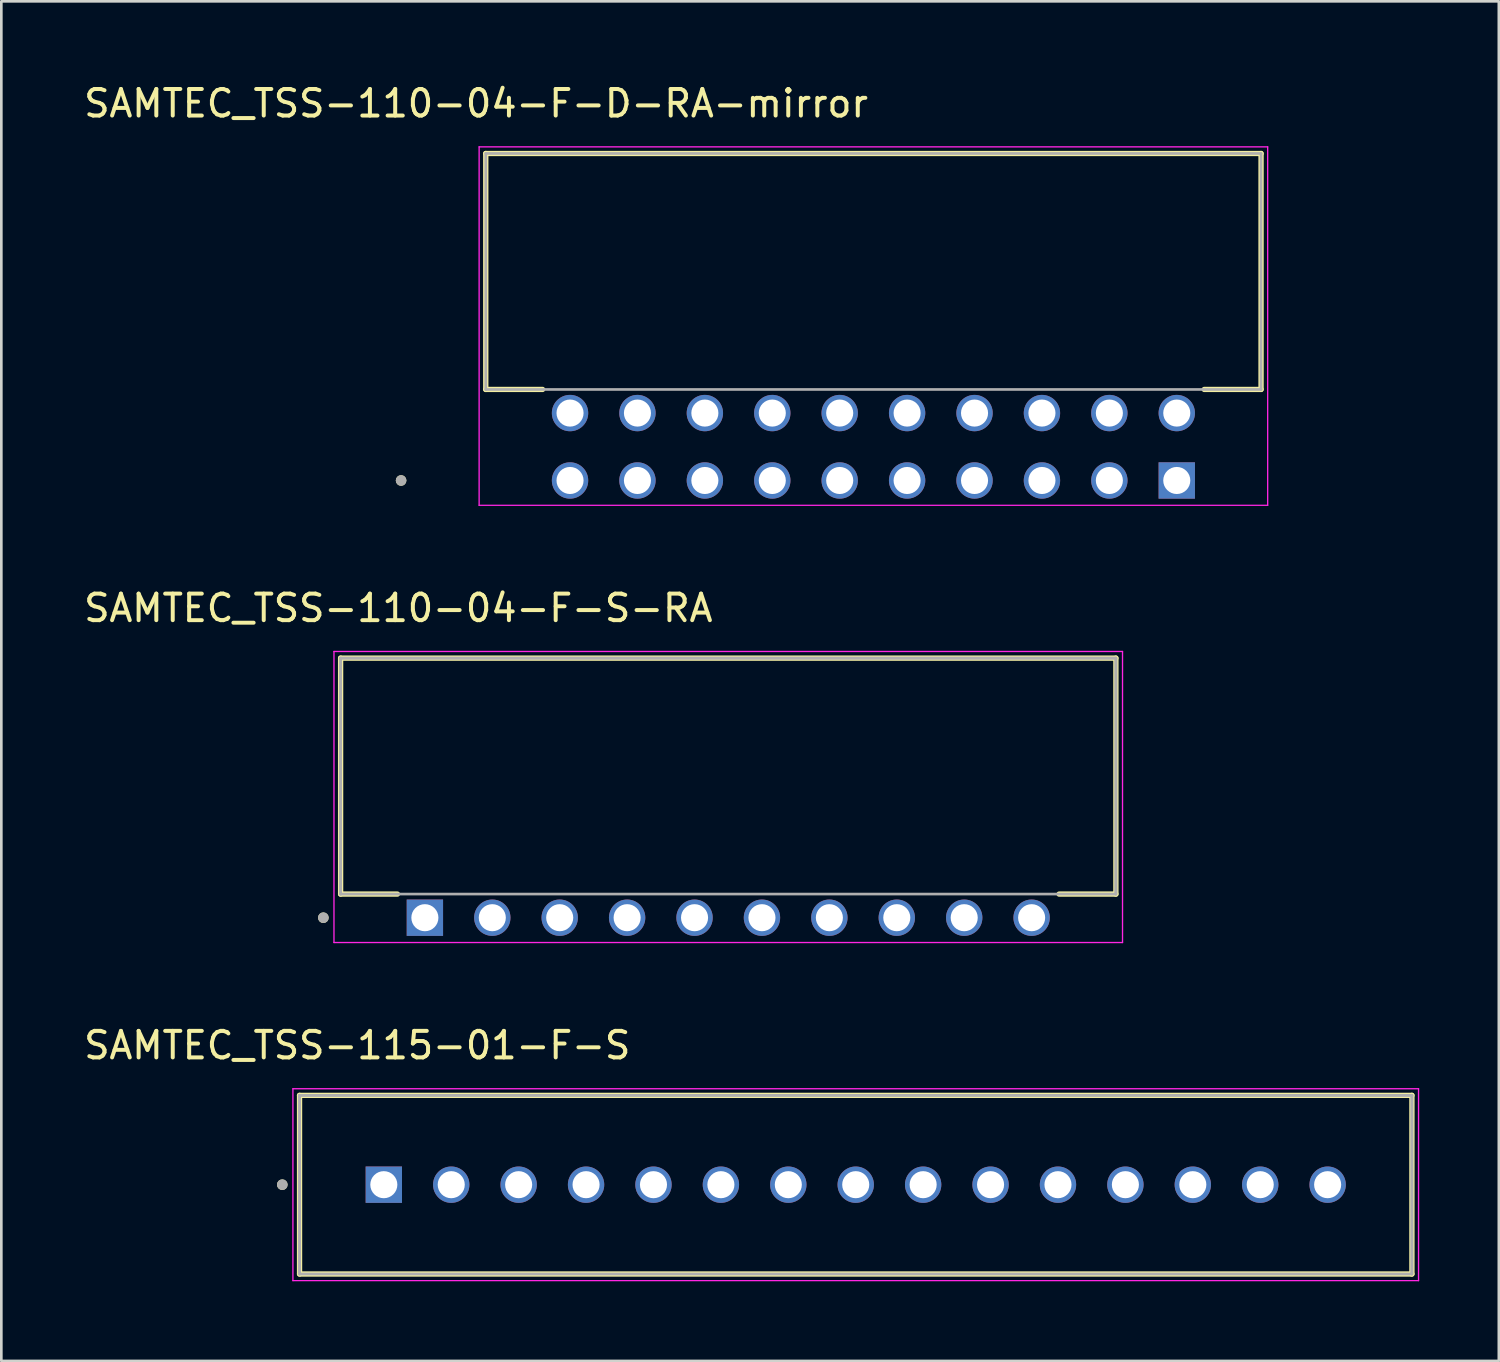
<source format=kicad_pcb>
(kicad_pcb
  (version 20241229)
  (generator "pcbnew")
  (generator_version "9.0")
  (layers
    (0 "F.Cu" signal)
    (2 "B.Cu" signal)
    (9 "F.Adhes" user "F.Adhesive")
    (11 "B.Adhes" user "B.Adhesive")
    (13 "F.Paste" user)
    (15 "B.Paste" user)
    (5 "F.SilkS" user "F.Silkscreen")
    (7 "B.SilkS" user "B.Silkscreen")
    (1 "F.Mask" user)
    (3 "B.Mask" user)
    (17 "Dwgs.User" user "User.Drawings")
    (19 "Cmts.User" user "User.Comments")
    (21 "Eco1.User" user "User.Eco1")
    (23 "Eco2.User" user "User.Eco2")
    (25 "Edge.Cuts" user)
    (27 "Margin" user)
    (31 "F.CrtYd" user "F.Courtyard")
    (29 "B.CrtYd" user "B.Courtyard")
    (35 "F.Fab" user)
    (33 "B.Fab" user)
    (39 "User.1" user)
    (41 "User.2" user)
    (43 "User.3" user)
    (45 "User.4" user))
  (footprint "SAMTEC_TSS-115-01-F-S"
    (layer "F.Cu")
    (at 11.411 41.585)
    (property "Reference" "SAMTEC_TSS-115-01-F-S" (at -1 -5.25 0) (layer "F.SilkS") (effects (font (size 1 1) (thickness 0.15))))
    (attr through_hole)
    (fp_line (start -3.175 3.365) (end -3.175 -3.365) (stroke (width 0.2) (type solid)) (layer "F.SilkS"))
    (fp_line (start 38.735 -3.365) (end -3.175 -3.365) (stroke (width 0.2) (type solid)) (layer "F.SilkS"))
    (fp_line (start 38.735 -3.365) (end 38.735 3.365) (stroke (width 0.2) (type solid)) (layer "F.SilkS"))
    (fp_line (start 38.735 3.365) (end -3.175 3.365) (stroke (width 0.2) (type solid)) (layer "F.SilkS"))
    (fp_circle (center -3.825 0) (end -3.725 0) (stroke (width 0.2) (type solid)) (fill no) (layer "F.SilkS"))
    (fp_line (start -3.425 -3.615) (end 38.985 -3.615) (stroke (width 0.05) (type solid)) (layer "F.CrtYd"))
    (fp_line (start -3.425 3.615) (end -3.425 -3.615) (stroke (width 0.05) (type solid)) (layer "F.CrtYd"))
    (fp_line (start 38.985 -3.615) (end 38.985 3.615) (stroke (width 0.05) (type solid)) (layer "F.CrtYd"))
    (fp_line (start 38.985 3.615) (end -3.425 3.615) (stroke (width 0.05) (type solid)) (layer "F.CrtYd"))
    (fp_line (start -3.175 -3.365) (end 38.735 -3.365) (stroke (width 0.1) (type solid)) (layer "F.Fab"))
    (fp_line (start -3.175 -3.365) (end 38.735 -3.365) (stroke (width 0.1) (type solid)) (layer "F.Fab"))
    (fp_line (start -3.175 3.365) (end -3.175 -3.365) (stroke (width 0.1) (type solid)) (layer "F.Fab"))
    (fp_line (start -3.175 3.365) (end -3.175 -3.365) (stroke (width 0.1) (type solid)) (layer "F.Fab"))
    (fp_line (start 38.735 -3.365) (end 38.735 3.365) (stroke (width 0.1) (type solid)) (layer "F.Fab"))
    (fp_line (start 38.735 -3.365) (end 38.735 3.365) (stroke (width 0.1) (type solid)) (layer "F.Fab"))
    (fp_line (start 38.735 3.365) (end -3.175 3.365) (stroke (width 0.1) (type solid)) (layer "F.Fab"))
    (fp_circle (center -3.825 0) (end -3.725 0) (stroke (width 0.2) (type solid)) (fill no) (layer "F.Fab"))
    (pad "01" thru_hole rect (at 0 0) (size 1.37 1.37) (drill 1.02) (layers "*.Cu" "*.Mask"))
    (pad "02" thru_hole circle (at 2.54 0) (size 1.37 1.37) (drill 1.02) (layers "*.Cu" "*.Mask"))
    (pad "03" thru_hole circle (at 5.08 0) (size 1.37 1.37) (drill 1.02) (layers "*.Cu" "*.Mask"))
    (pad "04" thru_hole circle (at 7.62 0) (size 1.37 1.37) (drill 1.02) (layers "*.Cu" "*.Mask"))
    (pad "05" thru_hole circle (at 10.16 0) (size 1.37 1.37) (drill 1.02) (layers "*.Cu" "*.Mask"))
    (pad "06" thru_hole circle (at 12.7 0) (size 1.37 1.37) (drill 1.02) (layers "*.Cu" "*.Mask"))
    (pad "07" thru_hole circle (at 15.24 0) (size 1.37 1.37) (drill 1.02) (layers "*.Cu" "*.Mask"))
    (pad "08" thru_hole circle (at 17.78 0) (size 1.37 1.37) (drill 1.02) (layers "*.Cu" "*.Mask"))
    (pad "09" thru_hole circle (at 20.32 0) (size 1.37 1.37) (drill 1.02) (layers "*.Cu" "*.Mask"))
    (pad "10" thru_hole circle (at 22.86 0) (size 1.37 1.37) (drill 1.02) (layers "*.Cu" "*.Mask"))
    (pad "11" thru_hole circle (at 25.4 0) (size 1.37 1.37) (drill 1.02) (layers "*.Cu" "*.Mask"))
    (pad "12" thru_hole circle (at 27.94 0) (size 1.37 1.37) (drill 1.02) (layers "*.Cu" "*.Mask"))
    (pad "13" thru_hole circle (at 30.48 0) (size 1.37 1.37) (drill 1.02) (layers "*.Cu" "*.Mask"))
    (pad "14" thru_hole circle (at 33.02 0) (size 1.37 1.37) (drill 1.02) (layers "*.Cu" "*.Mask"))
    (pad "15" thru_hole circle (at 35.56 0) (size 1.37 1.37) (drill 1.02) (layers "*.Cu" "*.Mask")))
  (footprint "SAMTEC_TSS-110-04-F-S-RA"
    (layer "F.Cu")
    (at 12.958 31.526)
    (property "Reference" "SAMTEC_TSS-110-04-F-S-RA" (at -1 -11.665 0) (layer "F.SilkS") (effects (font (size 1 1) (thickness 0.15))))
    (attr through_hole)
    (fp_line (start -3.175 -9.78) (end 26.035 -9.78) (stroke (width 0.2) (type solid)) (layer "F.SilkS"))
    (fp_line (start -3.175 -0.89) (end -3.175 -9.78) (stroke (width 0.2) (type solid)) (layer "F.SilkS"))
    (fp_line (start -1.035 -0.89) (end -3.175 -0.89) (stroke (width 0.2) (type solid)) (layer "F.SilkS"))
    (fp_line (start 23.895 -0.89) (end 26.035 -0.89) (stroke (width 0.2) (type solid)) (layer "F.SilkS"))
    (fp_line (start 26.035 -9.78) (end 26.035 -0.89) (stroke (width 0.2) (type solid)) (layer "F.SilkS"))
    (fp_circle (center -3.825 0) (end -3.725 0) (stroke (width 0.2) (type solid)) (fill no) (layer "F.SilkS"))
    (fp_line (start -3.425 -10.03) (end 26.285 -10.03) (stroke (width 0.05) (type solid)) (layer "F.CrtYd"))
    (fp_line (start -3.425 0.935) (end -3.425 -10.03) (stroke (width 0.05) (type solid)) (layer "F.CrtYd"))
    (fp_line (start 26.285 -10.03) (end 26.285 0.935) (stroke (width 0.05) (type solid)) (layer "F.CrtYd"))
    (fp_line (start 26.285 0.935) (end -3.425 0.935) (stroke (width 0.05) (type solid)) (layer "F.CrtYd"))
    (fp_line (start -3.175 -9.78) (end 26.035 -9.78) (stroke (width 0.1) (type solid)) (layer "F.Fab"))
    (fp_line (start -3.175 -9.78) (end 26.035 -9.78) (stroke (width 0.1) (type solid)) (layer "F.Fab"))
    (fp_line (start -3.175 -0.89) (end -3.175 -9.78) (stroke (width 0.1) (type solid)) (layer "F.Fab"))
    (fp_line (start -3.175 -0.89) (end -3.175 -9.78) (stroke (width 0.1) (type solid)) (layer "F.Fab"))
    (fp_line (start 26.035 -9.78) (end 26.035 -0.89) (stroke (width 0.1) (type solid)) (layer "F.Fab"))
    (fp_line (start 26.035 -9.78) (end 26.035 -0.89) (stroke (width 0.1) (type solid)) (layer "F.Fab"))
    (fp_line (start 26.035 -0.89) (end -3.175 -0.89) (stroke (width 0.1) (type solid)) (layer "F.Fab"))
    (fp_circle (center -3.825 0) (end -3.725 0) (stroke (width 0.2) (type solid)) (fill no) (layer "F.Fab"))
    (pad "01" thru_hole rect (at 0 0) (size 1.37 1.37) (drill 1.02) (layers "*.Cu" "*.Mask"))
    (pad "02" thru_hole circle (at 2.54 0) (size 1.37 1.37) (drill 1.02) (layers "*.Cu" "*.Mask"))
    (pad "03" thru_hole circle (at 5.08 0) (size 1.37 1.37) (drill 1.02) (layers "*.Cu" "*.Mask"))
    (pad "04" thru_hole circle (at 7.62 0) (size 1.37 1.37) (drill 1.02) (layers "*.Cu" "*.Mask"))
    (pad "05" thru_hole circle (at 10.16 0) (size 1.37 1.37) (drill 1.02) (layers "*.Cu" "*.Mask"))
    (pad "06" thru_hole circle (at 12.7 0) (size 1.37 1.37) (drill 1.02) (layers "*.Cu" "*.Mask"))
    (pad "07" thru_hole circle (at 15.24 0) (size 1.37 1.37) (drill 1.02) (layers "*.Cu" "*.Mask"))
    (pad "08" thru_hole circle (at 17.78 0) (size 1.37 1.37) (drill 1.02) (layers "*.Cu" "*.Mask"))
    (pad "09" thru_hole circle (at 20.32 0) (size 1.37 1.37) (drill 1.02) (layers "*.Cu" "*.Mask"))
    (pad "10" thru_hole circle (at 22.86 0) (size 1.37 1.37) (drill 1.02) (layers "*.Cu" "*.Mask")))
  (footprint "SAMTEC_TSS-110-04-F-D-RA-mirror"
    (layer "F.Cu")
    (at 15.887 15.053)
    (property "Reference" "SAMTEC_TSS-110-04-F-D-RA-mirror" (at -1 -14.205 0) (layer "F.SilkS") (effects (font (size 1 1) (thickness 0.15))))
    (attr through_hole)
    (fp_line (start -0.635 -12.32) (end -0.635 -3.43) (stroke (width 0.2) (type solid)) (layer "F.SilkS"))
    (fp_line (start 1.505 -3.43) (end -0.635 -3.43) (stroke (width 0.2) (type solid)) (layer "F.SilkS"))
    (fp_line (start 26.435 -3.43) (end 28.575 -3.43) (stroke (width 0.2) (type solid)) (layer "F.SilkS"))
    (fp_line (start 28.575 -12.32) (end -0.635 -12.32) (stroke (width 0.2) (type solid)) (layer "F.SilkS"))
    (fp_line (start 28.575 -3.43) (end 28.575 -12.32) (stroke (width 0.2) (type solid)) (layer "F.SilkS"))
    (fp_circle (center -3.825 0) (end -3.725 0) (stroke (width 0.2) (type solid)) (fill no) (layer "F.SilkS"))
    (fp_line (start -0.885 -12.57) (end -0.885 0.935) (stroke (width 0.05) (type solid)) (layer "F.CrtYd"))
    (fp_line (start -0.885 0.935) (end 28.825 0.935) (stroke (width 0.05) (type solid)) (layer "F.CrtYd"))
    (fp_line (start 28.825 -12.57) (end -0.885 -12.57) (stroke (width 0.05) (type solid)) (layer "F.CrtYd"))
    (fp_line (start 28.825 0.935) (end 28.825 -12.57) (stroke (width 0.05) (type solid)) (layer "F.CrtYd"))
    (fp_line (start -0.635 -12.32) (end -0.635 -3.43) (stroke (width 0.1) (type solid)) (layer "F.Fab"))
    (fp_line (start -0.635 -3.43) (end 28.575 -3.43) (stroke (width 0.1) (type solid)) (layer "F.Fab"))
    (fp_line (start 28.575 -12.32) (end -0.635 -12.32) (stroke (width 0.1) (type solid)) (layer "F.Fab"))
    (fp_line (start 28.575 -3.43) (end 28.575 -12.32) (stroke (width 0.1) (type solid)) (layer "F.Fab"))
    (fp_circle (center -3.825 0) (end -3.725 0) (stroke (width 0.2) (type solid)) (fill no) (layer "F.Fab"))
    (pad "1" thru_hole rect (at 25.4 0) (size 1.37 1.37) (drill 1.02) (layers "*.Cu" "*.Mask"))
    (pad "2" thru_hole circle (at 22.86 0) (size 1.37 1.37) (drill 1.02) (layers "*.Cu" "*.Mask"))
    (pad "3" thru_hole circle (at 20.32 0) (size 1.37 1.37) (drill 1.02) (layers "*.Cu" "*.Mask"))
    (pad "4" thru_hole circle (at 17.78 0) (size 1.37 1.37) (drill 1.02) (layers "*.Cu" "*.Mask"))
    (pad "5" thru_hole circle (at 15.24 0) (size 1.37 1.37) (drill 1.02) (layers "*.Cu" "*.Mask"))
    (pad "6" thru_hole circle (at 12.7 0) (size 1.37 1.37) (drill 1.02) (layers "*.Cu" "*.Mask"))
    (pad "7" thru_hole circle (at 10.16 0) (size 1.37 1.37) (drill 1.02) (layers "*.Cu" "*.Mask"))
    (pad "8" thru_hole circle (at 7.62 0) (size 1.37 1.37) (drill 1.02) (layers "*.Cu" "*.Mask"))
    (pad "9" thru_hole circle (at 5.08 0) (size 1.37 1.37) (drill 1.02) (layers "*.Cu" "*.Mask"))
    (pad "10" thru_hole circle (at 2.54 0) (size 1.37 1.37) (drill 1.02) (layers "*.Cu" "*.Mask"))
    (pad "11" thru_hole circle (at 25.4 -2.54) (size 1.37 1.37) (drill 1.02) (layers "*.Cu" "*.Mask"))
    (pad "12" thru_hole circle (at 22.86 -2.54) (size 1.37 1.37) (drill 1.02) (layers "*.Cu" "*.Mask"))
    (pad "13" thru_hole circle (at 20.32 -2.54) (size 1.37 1.37) (drill 1.02) (layers "*.Cu" "*.Mask"))
    (pad "14" thru_hole circle (at 17.78 -2.54) (size 1.37 1.37) (drill 1.02) (layers "*.Cu" "*.Mask"))
    (pad "15" thru_hole circle (at 15.24 -2.54) (size 1.37 1.37) (drill 1.02) (layers "*.Cu" "*.Mask"))
    (pad "16" thru_hole circle (at 12.7 -2.54) (size 1.37 1.37) (drill 1.02) (layers "*.Cu" "*.Mask"))
    (pad "17" thru_hole circle (at 10.16 -2.54) (size 1.37 1.37) (drill 1.02) (layers "*.Cu" "*.Mask"))
    (pad "18" thru_hole circle (at 7.62 -2.54) (size 1.37 1.37) (drill 1.02) (layers "*.Cu" "*.Mask"))
    (pad "19" thru_hole circle (at 5.08 -2.54) (size 1.37 1.37) (drill 1.02) (layers "*.Cu" "*.Mask"))
    (pad "20" thru_hole circle (at 2.54 -2.54) (size 1.37 1.37) (drill 1.02) (layers "*.Cu" "*.Mask")))
  (gr_rect
    (start -3 -3)
    (end 53.421 48.225)
    (stroke (width 0.1) (type default))
    (fill no)
    (layer "Edge.Cuts")))
</source>
